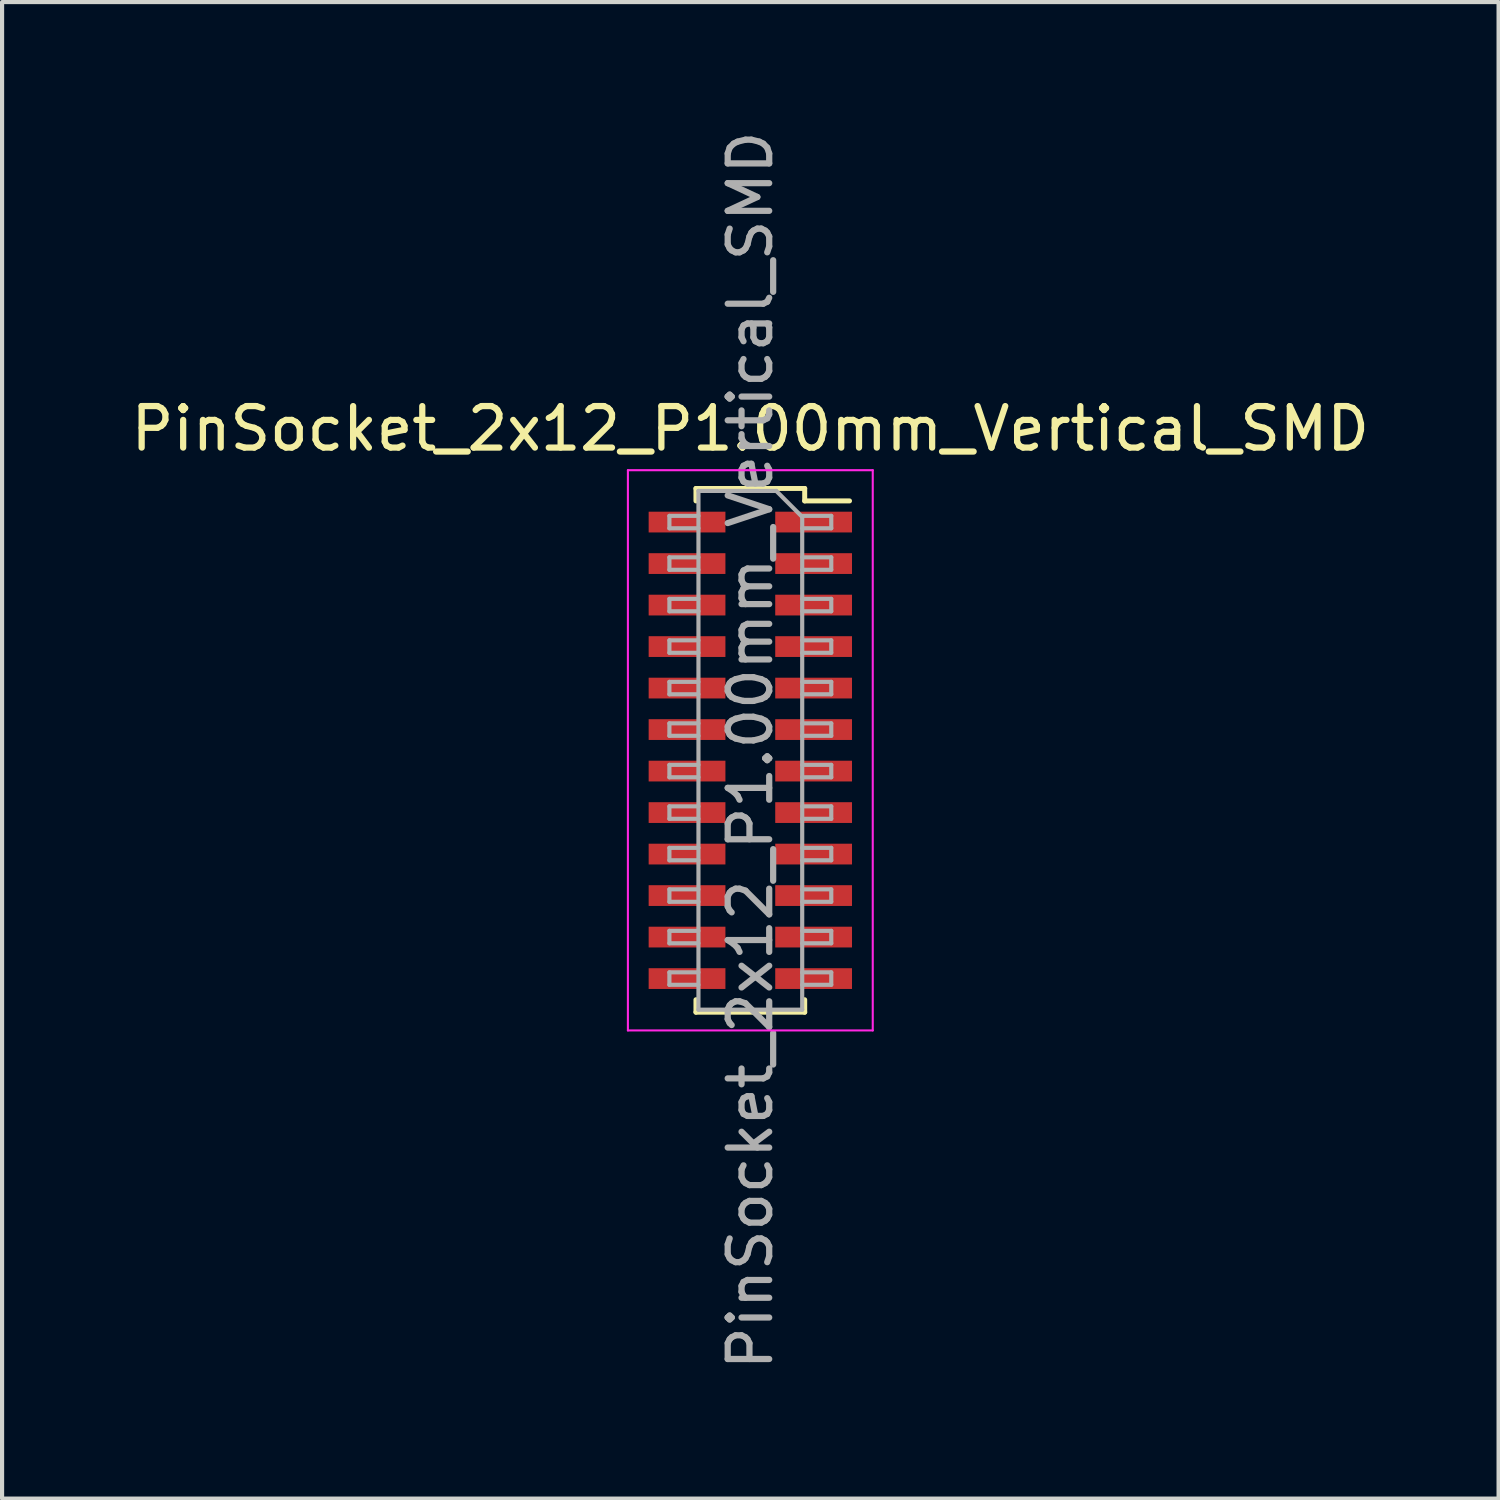
<source format=kicad_pcb>
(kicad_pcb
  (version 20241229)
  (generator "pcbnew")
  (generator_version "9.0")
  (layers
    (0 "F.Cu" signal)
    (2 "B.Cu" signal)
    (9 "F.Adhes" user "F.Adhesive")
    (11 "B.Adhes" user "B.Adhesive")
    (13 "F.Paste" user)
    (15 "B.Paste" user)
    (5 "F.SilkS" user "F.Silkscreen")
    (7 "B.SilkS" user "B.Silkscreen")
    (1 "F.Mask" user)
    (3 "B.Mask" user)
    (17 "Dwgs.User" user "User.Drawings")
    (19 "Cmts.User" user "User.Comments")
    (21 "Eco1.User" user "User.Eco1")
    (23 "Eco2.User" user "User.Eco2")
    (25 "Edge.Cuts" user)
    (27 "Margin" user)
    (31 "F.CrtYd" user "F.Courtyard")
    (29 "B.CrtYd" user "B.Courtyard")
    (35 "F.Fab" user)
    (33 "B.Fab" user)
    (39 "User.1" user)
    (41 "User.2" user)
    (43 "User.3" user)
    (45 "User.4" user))
  (footprint "PinSocket_2x12_P1.00mm_Vertical_SMD"
    (layer "F.Cu")
    (at 15.03 15.03)
    (property "Reference" "PinSocket_2x12_P1.00mm_Vertical_SMD" (at 0 -7.75 0) (layer "F.SilkS") (effects (font (size 1 1) (thickness 0.15))))
    (attr smd)
    (fp_line (start -1.31 -6.31) (end -1.31 -6.01) (stroke (width 0.12) (type solid)) (layer "F.SilkS"))
    (fp_line (start -1.31 -6.31) (end 1.31 -6.31) (stroke (width 0.12) (type solid)) (layer "F.SilkS"))
    (fp_line (start -1.31 6.01) (end -1.31 6.31) (stroke (width 0.12) (type solid)) (layer "F.SilkS"))
    (fp_line (start -1.31 6.31) (end 1.31 6.31) (stroke (width 0.12) (type solid)) (layer "F.SilkS"))
    (fp_line (start 1.31 -6.31) (end 1.31 -6.01) (stroke (width 0.12) (type solid)) (layer "F.SilkS"))
    (fp_line (start 1.31 -6.01) (end 2.39 -6.01) (stroke (width 0.12) (type solid)) (layer "F.SilkS"))
    (fp_line (start 1.31 6.01) (end 1.31 6.31) (stroke (width 0.12) (type solid)) (layer "F.SilkS"))
    (fp_line (start -2.95 -6.75) (end 2.95 -6.75) (stroke (width 0.05) (type solid)) (layer "F.CrtYd"))
    (fp_line (start -2.95 6.75) (end -2.95 -6.75) (stroke (width 0.05) (type solid)) (layer "F.CrtYd"))
    (fp_line (start 2.95 -6.75) (end 2.95 6.75) (stroke (width 0.05) (type solid)) (layer "F.CrtYd"))
    (fp_line (start 2.95 6.75) (end -2.95 6.75) (stroke (width 0.05) (type solid)) (layer "F.CrtYd"))
    (fp_line (start -1.95 -5.65) (end -1.25 -5.65) (stroke (width 0.1) (type solid)) (layer "F.Fab"))
    (fp_line (start -1.95 -5.35) (end -1.95 -5.65) (stroke (width 0.1) (type solid)) (layer "F.Fab"))
    (fp_line (start -1.95 -4.65) (end -1.25 -4.65) (stroke (width 0.1) (type solid)) (layer "F.Fab"))
    (fp_line (start -1.95 -4.35) (end -1.95 -4.65) (stroke (width 0.1) (type solid)) (layer "F.Fab"))
    (fp_line (start -1.95 -3.65) (end -1.25 -3.65) (stroke (width 0.1) (type solid)) (layer "F.Fab"))
    (fp_line (start -1.95 -3.35) (end -1.95 -3.65) (stroke (width 0.1) (type solid)) (layer "F.Fab"))
    (fp_line (start -1.95 -2.65) (end -1.25 -2.65) (stroke (width 0.1) (type solid)) (layer "F.Fab"))
    (fp_line (start -1.95 -2.35) (end -1.95 -2.65) (stroke (width 0.1) (type solid)) (layer "F.Fab"))
    (fp_line (start -1.95 -1.65) (end -1.25 -1.65) (stroke (width 0.1) (type solid)) (layer "F.Fab"))
    (fp_line (start -1.95 -1.35) (end -1.95 -1.65) (stroke (width 0.1) (type solid)) (layer "F.Fab"))
    (fp_line (start -1.95 -0.65) (end -1.25 -0.65) (stroke (width 0.1) (type solid)) (layer "F.Fab"))
    (fp_line (start -1.95 -0.35) (end -1.95 -0.65) (stroke (width 0.1) (type solid)) (layer "F.Fab"))
    (fp_line (start -1.95 0.35) (end -1.25 0.35) (stroke (width 0.1) (type solid)) (layer "F.Fab"))
    (fp_line (start -1.95 0.65) (end -1.95 0.35) (stroke (width 0.1) (type solid)) (layer "F.Fab"))
    (fp_line (start -1.95 1.35) (end -1.25 1.35) (stroke (width 0.1) (type solid)) (layer "F.Fab"))
    (fp_line (start -1.95 1.65) (end -1.95 1.35) (stroke (width 0.1) (type solid)) (layer "F.Fab"))
    (fp_line (start -1.95 2.35) (end -1.25 2.35) (stroke (width 0.1) (type solid)) (layer "F.Fab"))
    (fp_line (start -1.95 2.65) (end -1.95 2.35) (stroke (width 0.1) (type solid)) (layer "F.Fab"))
    (fp_line (start -1.95 3.35) (end -1.25 3.35) (stroke (width 0.1) (type solid)) (layer "F.Fab"))
    (fp_line (start -1.95 3.65) (end -1.95 3.35) (stroke (width 0.1) (type solid)) (layer "F.Fab"))
    (fp_line (start -1.95 4.35) (end -1.25 4.35) (stroke (width 0.1) (type solid)) (layer "F.Fab"))
    (fp_line (start -1.95 4.65) (end -1.95 4.35) (stroke (width 0.1) (type solid)) (layer "F.Fab"))
    (fp_line (start -1.95 5.35) (end -1.25 5.35) (stroke (width 0.1) (type solid)) (layer "F.Fab"))
    (fp_line (start -1.95 5.65) (end -1.95 5.35) (stroke (width 0.1) (type solid)) (layer "F.Fab"))
    (fp_line (start -1.25 -6.25) (end 0.625 -6.25) (stroke (width 0.1) (type solid)) (layer "F.Fab"))
    (fp_line (start -1.25 -5.35) (end -1.95 -5.35) (stroke (width 0.1) (type solid)) (layer "F.Fab"))
    (fp_line (start -1.25 -4.35) (end -1.95 -4.35) (stroke (width 0.1) (type solid)) (layer "F.Fab"))
    (fp_line (start -1.25 -3.35) (end -1.95 -3.35) (stroke (width 0.1) (type solid)) (layer "F.Fab"))
    (fp_line (start -1.25 -2.35) (end -1.95 -2.35) (stroke (width 0.1) (type solid)) (layer "F.Fab"))
    (fp_line (start -1.25 -1.35) (end -1.95 -1.35) (stroke (width 0.1) (type solid)) (layer "F.Fab"))
    (fp_line (start -1.25 -0.35) (end -1.95 -0.35) (stroke (width 0.1) (type solid)) (layer "F.Fab"))
    (fp_line (start -1.25 0.65) (end -1.95 0.65) (stroke (width 0.1) (type solid)) (layer "F.Fab"))
    (fp_line (start -1.25 1.65) (end -1.95 1.65) (stroke (width 0.1) (type solid)) (layer "F.Fab"))
    (fp_line (start -1.25 2.65) (end -1.95 2.65) (stroke (width 0.1) (type solid)) (layer "F.Fab"))
    (fp_line (start -1.25 3.65) (end -1.95 3.65) (stroke (width 0.1) (type solid)) (layer "F.Fab"))
    (fp_line (start -1.25 4.65) (end -1.95 4.65) (stroke (width 0.1) (type solid)) (layer "F.Fab"))
    (fp_line (start -1.25 5.65) (end -1.95 5.65) (stroke (width 0.1) (type solid)) (layer "F.Fab"))
    (fp_line (start -1.25 6.25) (end -1.25 -6.25) (stroke (width 0.1) (type solid)) (layer "F.Fab"))
    (fp_line (start 0.625 -6.25) (end 1.25 -5.625) (stroke (width 0.1) (type solid)) (layer "F.Fab"))
    (fp_line (start 1.25 -5.65) (end 1.95 -5.65) (stroke (width 0.1) (type solid)) (layer "F.Fab"))
    (fp_line (start 1.25 -5.625) (end 1.25 6.25) (stroke (width 0.1) (type solid)) (layer "F.Fab"))
    (fp_line (start 1.25 -4.65) (end 1.95 -4.65) (stroke (width 0.1) (type solid)) (layer "F.Fab"))
    (fp_line (start 1.25 -3.65) (end 1.95 -3.65) (stroke (width 0.1) (type solid)) (layer "F.Fab"))
    (fp_line (start 1.25 -2.65) (end 1.95 -2.65) (stroke (width 0.1) (type solid)) (layer "F.Fab"))
    (fp_line (start 1.25 -1.65) (end 1.95 -1.65) (stroke (width 0.1) (type solid)) (layer "F.Fab"))
    (fp_line (start 1.25 -0.65) (end 1.95 -0.65) (stroke (width 0.1) (type solid)) (layer "F.Fab"))
    (fp_line (start 1.25 0.35) (end 1.95 0.35) (stroke (width 0.1) (type solid)) (layer "F.Fab"))
    (fp_line (start 1.25 1.35) (end 1.95 1.35) (stroke (width 0.1) (type solid)) (layer "F.Fab"))
    (fp_line (start 1.25 2.35) (end 1.95 2.35) (stroke (width 0.1) (type solid)) (layer "F.Fab"))
    (fp_line (start 1.25 3.35) (end 1.95 3.35) (stroke (width 0.1) (type solid)) (layer "F.Fab"))
    (fp_line (start 1.25 4.35) (end 1.95 4.35) (stroke (width 0.1) (type solid)) (layer "F.Fab"))
    (fp_line (start 1.25 5.35) (end 1.95 5.35) (stroke (width 0.1) (type solid)) (layer "F.Fab"))
    (fp_line (start 1.25 6.25) (end -1.25 6.25) (stroke (width 0.1) (type solid)) (layer "F.Fab"))
    (fp_line (start 1.95 -5.65) (end 1.95 -5.35) (stroke (width 0.1) (type solid)) (layer "F.Fab"))
    (fp_line (start 1.95 -5.35) (end 1.25 -5.35) (stroke (width 0.1) (type solid)) (layer "F.Fab"))
    (fp_line (start 1.95 -4.65) (end 1.95 -4.35) (stroke (width 0.1) (type solid)) (layer "F.Fab"))
    (fp_line (start 1.95 -4.35) (end 1.25 -4.35) (stroke (width 0.1) (type solid)) (layer "F.Fab"))
    (fp_line (start 1.95 -3.65) (end 1.95 -3.35) (stroke (width 0.1) (type solid)) (layer "F.Fab"))
    (fp_line (start 1.95 -3.35) (end 1.25 -3.35) (stroke (width 0.1) (type solid)) (layer "F.Fab"))
    (fp_line (start 1.95 -2.65) (end 1.95 -2.35) (stroke (width 0.1) (type solid)) (layer "F.Fab"))
    (fp_line (start 1.95 -2.35) (end 1.25 -2.35) (stroke (width 0.1) (type solid)) (layer "F.Fab"))
    (fp_line (start 1.95 -1.65) (end 1.95 -1.35) (stroke (width 0.1) (type solid)) (layer "F.Fab"))
    (fp_line (start 1.95 -1.35) (end 1.25 -1.35) (stroke (width 0.1) (type solid)) (layer "F.Fab"))
    (fp_line (start 1.95 -0.65) (end 1.95 -0.35) (stroke (width 0.1) (type solid)) (layer "F.Fab"))
    (fp_line (start 1.95 -0.35) (end 1.25 -0.35) (stroke (width 0.1) (type solid)) (layer "F.Fab"))
    (fp_line (start 1.95 0.35) (end 1.95 0.65) (stroke (width 0.1) (type solid)) (layer "F.Fab"))
    (fp_line (start 1.95 0.65) (end 1.25 0.65) (stroke (width 0.1) (type solid)) (layer "F.Fab"))
    (fp_line (start 1.95 1.35) (end 1.95 1.65) (stroke (width 0.1) (type solid)) (layer "F.Fab"))
    (fp_line (start 1.95 1.65) (end 1.25 1.65) (stroke (width 0.1) (type solid)) (layer "F.Fab"))
    (fp_line (start 1.95 2.35) (end 1.95 2.65) (stroke (width 0.1) (type solid)) (layer "F.Fab"))
    (fp_line (start 1.95 2.65) (end 1.25 2.65) (stroke (width 0.1) (type solid)) (layer "F.Fab"))
    (fp_line (start 1.95 3.35) (end 1.95 3.65) (stroke (width 0.1) (type solid)) (layer "F.Fab"))
    (fp_line (start 1.95 3.65) (end 1.25 3.65) (stroke (width 0.1) (type solid)) (layer "F.Fab"))
    (fp_line (start 1.95 4.35) (end 1.95 4.65) (stroke (width 0.1) (type solid)) (layer "F.Fab"))
    (fp_line (start 1.95 4.65) (end 1.25 4.65) (stroke (width 0.1) (type solid)) (layer "F.Fab"))
    (fp_line (start 1.95 5.35) (end 1.95 5.65) (stroke (width 0.1) (type solid)) (layer "F.Fab"))
    (fp_line (start 1.95 5.65) (end 1.25 5.65) (stroke (width 0.1) (type solid)) (layer "F.Fab"))
    (fp_text user "${REFERENCE}" (at 0 0 90) (layer "F.Fab") (effects (font (size 1 1) (thickness 0.15))))
    (pad "1" smd rect (at 1.525 -5.5) (size 1.85 0.5) (layers "F.Cu" "F.Mask" "F.Paste"))
    (pad "2" smd rect (at -1.525 -5.5) (size 1.85 0.5) (layers "F.Cu" "F.Mask" "F.Paste"))
    (pad "3" smd rect (at 1.525 -4.5) (size 1.85 0.5) (layers "F.Cu" "F.Mask" "F.Paste"))
    (pad "4" smd rect (at -1.525 -4.5) (size 1.85 0.5) (layers "F.Cu" "F.Mask" "F.Paste"))
    (pad "5" smd rect (at 1.525 -3.5) (size 1.85 0.5) (layers "F.Cu" "F.Mask" "F.Paste"))
    (pad "6" smd rect (at -1.525 -3.5) (size 1.85 0.5) (layers "F.Cu" "F.Mask" "F.Paste"))
    (pad "7" smd rect (at 1.525 -2.5) (size 1.85 0.5) (layers "F.Cu" "F.Mask" "F.Paste"))
    (pad "8" smd rect (at -1.525 -2.5) (size 1.85 0.5) (layers "F.Cu" "F.Mask" "F.Paste"))
    (pad "9" smd rect (at 1.525 -1.5) (size 1.85 0.5) (layers "F.Cu" "F.Mask" "F.Paste"))
    (pad "10" smd rect (at -1.525 -1.5) (size 1.85 0.5) (layers "F.Cu" "F.Mask" "F.Paste"))
    (pad "11" smd rect (at 1.525 -0.5) (size 1.85 0.5) (layers "F.Cu" "F.Mask" "F.Paste"))
    (pad "12" smd rect (at -1.525 -0.5) (size 1.85 0.5) (layers "F.Cu" "F.Mask" "F.Paste"))
    (pad "13" smd rect (at 1.525 0.5) (size 1.85 0.5) (layers "F.Cu" "F.Mask" "F.Paste"))
    (pad "14" smd rect (at -1.525 0.5) (size 1.85 0.5) (layers "F.Cu" "F.Mask" "F.Paste"))
    (pad "15" smd rect (at 1.525 1.5) (size 1.85 0.5) (layers "F.Cu" "F.Mask" "F.Paste"))
    (pad "16" smd rect (at -1.525 1.5) (size 1.85 0.5) (layers "F.Cu" "F.Mask" "F.Paste"))
    (pad "17" smd rect (at 1.525 2.5) (size 1.85 0.5) (layers "F.Cu" "F.Mask" "F.Paste"))
    (pad "18" smd rect (at -1.525 2.5) (size 1.85 0.5) (layers "F.Cu" "F.Mask" "F.Paste"))
    (pad "19" smd rect (at 1.525 3.5) (size 1.85 0.5) (layers "F.Cu" "F.Mask" "F.Paste"))
    (pad "20" smd rect (at -1.525 3.5) (size 1.85 0.5) (layers "F.Cu" "F.Mask" "F.Paste"))
    (pad "21" smd rect (at 1.525 4.5) (size 1.85 0.5) (layers "F.Cu" "F.Mask" "F.Paste"))
    (pad "22" smd rect (at -1.525 4.5) (size 1.85 0.5) (layers "F.Cu" "F.Mask" "F.Paste"))
    (pad "23" smd rect (at 1.525 5.5) (size 1.85 0.5) (layers "F.Cu" "F.Mask" "F.Paste"))
    (pad "24" smd rect (at -1.525 5.5) (size 1.85 0.5) (layers "F.Cu" "F.Mask" "F.Paste")))
  (gr_rect
    (start -3 -3)
    (end 33.06 33.06)
    (stroke (width 0.1) (type default))
    (fill no)
    (layer "Edge.Cuts")))
</source>
